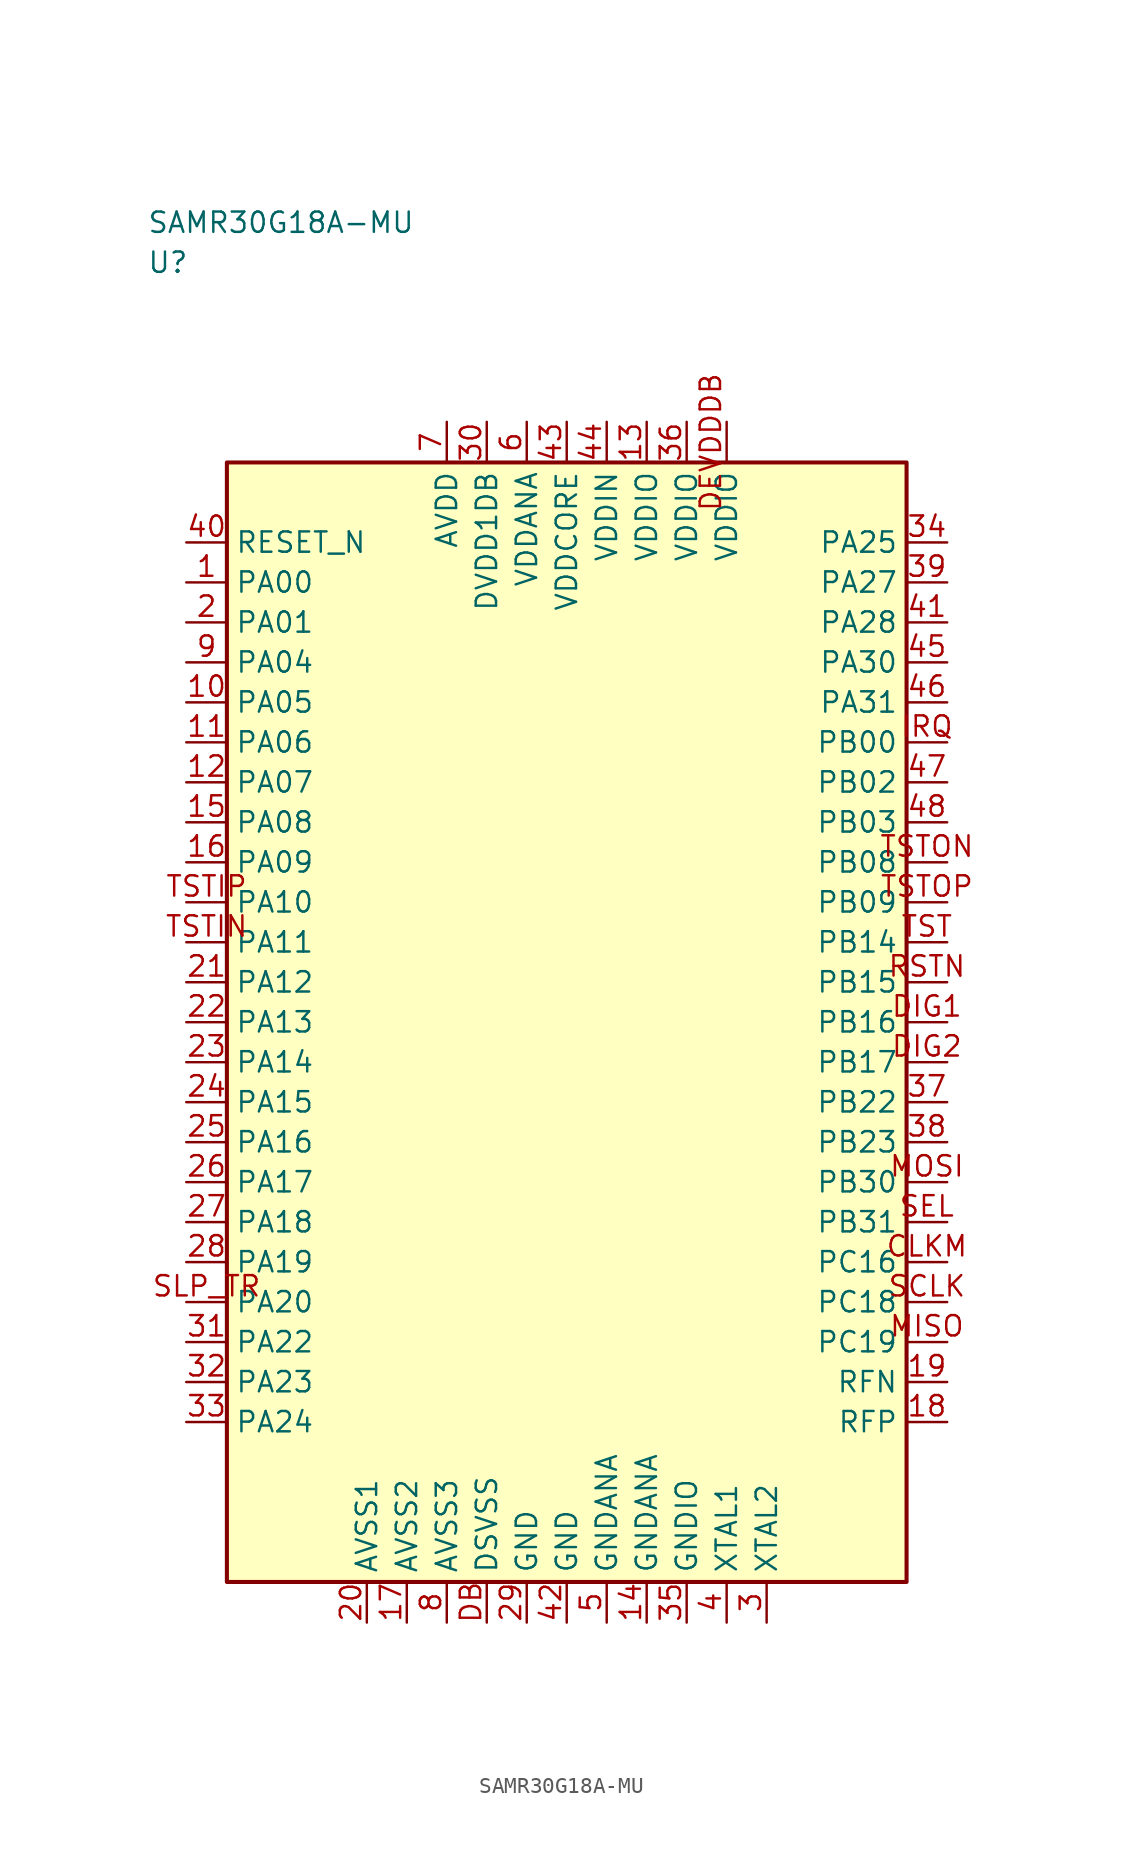
<source format=kicad_sym>
(kicad_symbol_lib
  (version 20241025)
  (generator "kicad_symbol_editor")
  (generator_version "8.0")
  (symbol "SAMR30G18A-MU"
    (property "Reference" "U"
      (at -26.25 47.5 0)
      (effects (font (size 1.27 1.27)) (justify left)))
    (property "Value" "SAMR30G18A-MU"
      (at -26.25 50.0 0)
      (effects (font (size 1.27 1.27)) (justify left)))
    (symbol "SAMR30G18A-MU_0_1"
      (rectangle (start -21.25 35.0) (end 21.25 -35.0) (stroke (width 0.254) (type default)) (fill (type background))))
    (symbol "SAMR30G18A-MU_1_1"
      (pin bidirectional line (at -23.79 27.5 0.0) (length 2.54) (name "PA00" (effects (font (size 1.27 1.27)))) (number "1" (effects (font (size 1.27 1.27)))))
      (pin bidirectional line (at -23.79 25.0 0.0) (length 2.54) (name "PA01" (effects (font (size 1.27 1.27)))) (number "2" (effects (font (size 1.27 1.27)))))
      (pin passive line (at 12.5 -37.54 90.0) (length 2.54) (name "XTAL2" (effects (font (size 1.27 1.27)))) (number "3" (effects (font (size 1.27 1.27)))))
      (pin passive line (at 10.0 -37.54 90.0) (length 2.54) (name "XTAL1" (effects (font (size 1.27 1.27)))) (number "4" (effects (font (size 1.27 1.27)))))
      (pin passive line (at 2.5 -37.54 90.0) (length 2.54) (name "GNDANA" (effects (font (size 1.27 1.27)))) (number "5" (effects (font (size 1.27 1.27)))))
      (pin power_in line (at -2.5 37.54 270.0) (length 2.54) (name "VDDANA" (effects (font (size 1.27 1.27)))) (number "6" (effects (font (size 1.27 1.27)))))
      (pin power_in line (at -7.5 37.54 270.0) (length 2.54) (name "AVDD" (effects (font (size 1.27 1.27)))) (number "7" (effects (font (size 1.27 1.27)))))
      (pin passive line (at -7.5 -37.54 90.0) (length 2.54) (name "AVSS3" (effects (font (size 1.27 1.27)))) (number "8" (effects (font (size 1.27 1.27)))))
      (pin bidirectional line (at -23.79 22.5 0.0) (length 2.54) (name "PA04" (effects (font (size 1.27 1.27)))) (number "9" (effects (font (size 1.27 1.27)))))
      (pin bidirectional line (at -23.79 20.0 0.0) (length 2.54) (name "PA05" (effects (font (size 1.27 1.27)))) (number "10" (effects (font (size 1.27 1.27)))))
      (pin bidirectional line (at -23.79 17.5 0.0) (length 2.54) (name "PA06" (effects (font (size 1.27 1.27)))) (number "11" (effects (font (size 1.27 1.27)))))
      (pin bidirectional line (at -23.79 15.0 0.0) (length 2.54) (name "PA07" (effects (font (size 1.27 1.27)))) (number "12" (effects (font (size 1.27 1.27)))))
      (pin power_in line (at 5.0 37.54 270.0) (length 2.54) (name "VDDIO" (effects (font (size 1.27 1.27)))) (number "13" (effects (font (size 1.27 1.27)))))
      (pin passive line (at 5.0 -37.54 90.0) (length 2.54) (name "GNDANA" (effects (font (size 1.27 1.27)))) (number "14" (effects (font (size 1.27 1.27)))))
      (pin bidirectional line (at -23.79 12.5 0.0) (length 2.54) (name "PA08" (effects (font (size 1.27 1.27)))) (number "15" (effects (font (size 1.27 1.27)))))
      (pin bidirectional line (at -23.79 10.0 0.0) (length 2.54) (name "PA09" (effects (font (size 1.27 1.27)))) (number "16" (effects (font (size 1.27 1.27)))))
      (pin passive line (at -10.0 -37.54 90.0) (length 2.54) (name "AVSS2" (effects (font (size 1.27 1.27)))) (number "17" (effects (font (size 1.27 1.27)))))
      (pin bidirectional line (at 23.79 -25.0 180.0) (length 2.54) (name "RFP" (effects (font (size 1.27 1.27)))) (number "18" (effects (font (size 1.27 1.27)))))
      (pin bidirectional line (at 23.79 -22.5 180.0) (length 2.54) (name "RFN" (effects (font (size 1.27 1.27)))) (number "19" (effects (font (size 1.27 1.27)))))
      (pin passive line (at -12.5 -37.54 90.0) (length 2.54) (name "AVSS1" (effects (font (size 1.27 1.27)))) (number "20" (effects (font (size 1.27 1.27)))))
      (pin bidirectional line (at -23.79 2.5 0.0) (length 2.54) (name "PA12" (effects (font (size 1.27 1.27)))) (number "21" (effects (font (size 1.27 1.27)))))
      (pin bidirectional line (at -23.79 0.0 0.0) (length 2.54) (name "PA13" (effects (font (size 1.27 1.27)))) (number "22" (effects (font (size 1.27 1.27)))))
      (pin bidirectional line (at -23.79 -2.5 0.0) (length 2.54) (name "PA14" (effects (font (size 1.27 1.27)))) (number "23" (effects (font (size 1.27 1.27)))))
      (pin bidirectional line (at -23.79 -5.0 0.0) (length 2.54) (name "PA15" (effects (font (size 1.27 1.27)))) (number "24" (effects (font (size 1.27 1.27)))))
      (pin bidirectional line (at -23.79 -7.5 0.0) (length 2.54) (name "PA16" (effects (font (size 1.27 1.27)))) (number "25" (effects (font (size 1.27 1.27)))))
      (pin bidirectional line (at -23.79 -10.0 0.0) (length 2.54) (name "PA17" (effects (font (size 1.27 1.27)))) (number "26" (effects (font (size 1.27 1.27)))))
      (pin bidirectional line (at -23.79 -12.5 0.0) (length 2.54) (name "PA18" (effects (font (size 1.27 1.27)))) (number "27" (effects (font (size 1.27 1.27)))))
      (pin bidirectional line (at -23.79 -15.0 0.0) (length 2.54) (name "PA19" (effects (font (size 1.27 1.27)))) (number "28" (effects (font (size 1.27 1.27)))))
      (pin passive line (at -2.5 -37.54 90.0) (length 2.54) (name "GND" (effects (font (size 1.27 1.27)))) (number "29" (effects (font (size 1.27 1.27)))))
      (pin power_in line (at -5.0 37.54 270.0) (length 2.54) (name "DVDD1DB" (effects (font (size 1.27 1.27)))) (number "30" (effects (font (size 1.27 1.27)))))
      (pin bidirectional line (at -23.79 -20.0 0.0) (length 2.54) (name "PA22" (effects (font (size 1.27 1.27)))) (number "31" (effects (font (size 1.27 1.27)))))
      (pin bidirectional line (at -23.79 -22.5 0.0) (length 2.54) (name "PA23" (effects (font (size 1.27 1.27)))) (number "32" (effects (font (size 1.27 1.27)))))
      (pin bidirectional line (at -23.79 -25.0 0.0) (length 2.54) (name "PA24" (effects (font (size 1.27 1.27)))) (number "33" (effects (font (size 1.27 1.27)))))
      (pin bidirectional line (at 23.79 30.0 180.0) (length 2.54) (name "PA25" (effects (font (size 1.27 1.27)))) (number "34" (effects (font (size 1.27 1.27)))))
      (pin passive line (at 7.5 -37.54 90.0) (length 2.54) (name "GNDIO" (effects (font (size 1.27 1.27)))) (number "35" (effects (font (size 1.27 1.27)))))
      (pin power_in line (at 7.5 37.54 270.0) (length 2.54) (name "VDDIO" (effects (font (size 1.27 1.27)))) (number "36" (effects (font (size 1.27 1.27)))))
      (pin bidirectional line (at 23.79 -5.0 180.0) (length 2.54) (name "PB22" (effects (font (size 1.27 1.27)))) (number "37" (effects (font (size 1.27 1.27)))))
      (pin bidirectional line (at 23.79 -7.5 180.0) (length 2.54) (name "PB23" (effects (font (size 1.27 1.27)))) (number "38" (effects (font (size 1.27 1.27)))))
      (pin bidirectional line (at 23.79 27.5 180.0) (length 2.54) (name "PA27" (effects (font (size 1.27 1.27)))) (number "39" (effects (font (size 1.27 1.27)))))
      (pin input line (at -23.79 30.0 0.0) (length 2.54) (name "RESET_N" (effects (font (size 1.27 1.27)))) (number "40" (effects (font (size 1.27 1.27)))))
      (pin bidirectional line (at 23.79 25.0 180.0) (length 2.54) (name "PA28" (effects (font (size 1.27 1.27)))) (number "41" (effects (font (size 1.27 1.27)))))
      (pin passive line (at 0.0 -37.54 90.0) (length 2.54) (name "GND" (effects (font (size 1.27 1.27)))) (number "42" (effects (font (size 1.27 1.27)))))
      (pin power_in line (at 0.0 37.54 270.0) (length 2.54) (name "VDDCORE" (effects (font (size 1.27 1.27)))) (number "43" (effects (font (size 1.27 1.27)))))
      (pin power_in line (at 2.5 37.54 270.0) (length 2.54) (name "VDDIN" (effects (font (size 1.27 1.27)))) (number "44" (effects (font (size 1.27 1.27)))))
      (pin bidirectional line (at 23.79 22.5 180.0) (length 2.54) (name "PA30" (effects (font (size 1.27 1.27)))) (number "45" (effects (font (size 1.27 1.27)))))
      (pin bidirectional line (at 23.79 20.0 180.0) (length 2.54) (name "PA31" (effects (font (size 1.27 1.27)))) (number "46" (effects (font (size 1.27 1.27)))))
      (pin bidirectional line (at 23.79 15.0 180.0) (length 2.54) (name "PB02" (effects (font (size 1.27 1.27)))) (number "47" (effects (font (size 1.27 1.27)))))
      (pin bidirectional line (at 23.79 12.5 180.0) (length 2.54) (name "PB03" (effects (font (size 1.27 1.27)))) (number "48" (effects (font (size 1.27 1.27)))))
      (pin bidirectional line (at 23.79 -15.0 180.0) (length 2.54) (name "PC16" (effects (font (size 1.27 1.27)))) (number "CLKM" (effects (font (size 1.27 1.27)))))
      (pin passive line (at -5.0 -37.54 90.0) (length 2.54) (name "DSVSS" (effects (font (size 1.27 1.27)))) (number "DB" (effects (font (size 1.27 1.27)))))
      (pin power_in line (at 10.0 37.54 270.0) (length 2.54) (name "VDDIO" (effects (font (size 1.27 1.27)))) (number "DEVDDDB" (effects (font (size 1.27 1.27)))))
      (pin bidirectional line (at 23.79 0.0 180.0) (length 2.54) (name "PB16" (effects (font (size 1.27 1.27)))) (number "DIG1" (effects (font (size 1.27 1.27)))))
      (pin bidirectional line (at 23.79 -2.5 180.0) (length 2.54) (name "PB17" (effects (font (size 1.27 1.27)))) (number "DIG2" (effects (font (size 1.27 1.27)))))
      (pin bidirectional line (at 23.79 17.5 180.0) (length 2.54) (name "PB00" (effects (font (size 1.27 1.27)))) (number "IRQ" (effects (font (size 1.27 1.27)))))
      (pin bidirectional line (at 23.79 -20.0 180.0) (length 2.54) (name "PC19" (effects (font (size 1.27 1.27)))) (number "MISO" (effects (font (size 1.27 1.27)))))
      (pin bidirectional line (at 23.79 -10.0 180.0) (length 2.54) (name "PB30" (effects (font (size 1.27 1.27)))) (number "MOSI" (effects (font (size 1.27 1.27)))))
      (pin bidirectional line (at 23.79 2.5 180.0) (length 2.54) (name "PB15" (effects (font (size 1.27 1.27)))) (number "RSTN" (effects (font (size 1.27 1.27)))))
      (pin bidirectional line (at 23.79 -17.5 180.0) (length 2.54) (name "PC18" (effects (font (size 1.27 1.27)))) (number "SCLK" (effects (font (size 1.27 1.27)))))
      (pin bidirectional line (at 23.79 -12.5 180.0) (length 2.54) (name "PB31" (effects (font (size 1.27 1.27)))) (number "SEL" (effects (font (size 1.27 1.27)))))
      (pin bidirectional line (at -23.79 -17.5 0.0) (length 2.54) (name "PA20" (effects (font (size 1.27 1.27)))) (number "SLP_TR" (effects (font (size 1.27 1.27)))))
      (pin bidirectional line (at 23.79 5.0 180.0) (length 2.54) (name "PB14" (effects (font (size 1.27 1.27)))) (number "TST" (effects (font (size 1.27 1.27)))))
      (pin bidirectional line (at -23.79 5.0 0.0) (length 2.54) (name "PA11" (effects (font (size 1.27 1.27)))) (number "TSTIN" (effects (font (size 1.27 1.27)))))
      (pin bidirectional line (at -23.79 7.5 0.0) (length 2.54) (name "PA10" (effects (font (size 1.27 1.27)))) (number "TSTIP" (effects (font (size 1.27 1.27)))))
      (pin bidirectional line (at 23.79 10.0 180.0) (length 2.54) (name "PB08" (effects (font (size 1.27 1.27)))) (number "TSTON" (effects (font (size 1.27 1.27)))))
      (pin bidirectional line (at 23.79 7.5 180.0) (length 2.54) (name "PB09" (effects (font (size 1.27 1.27)))) (number "TSTOP" (effects (font (size 1.27 1.27))))))))
</source>
